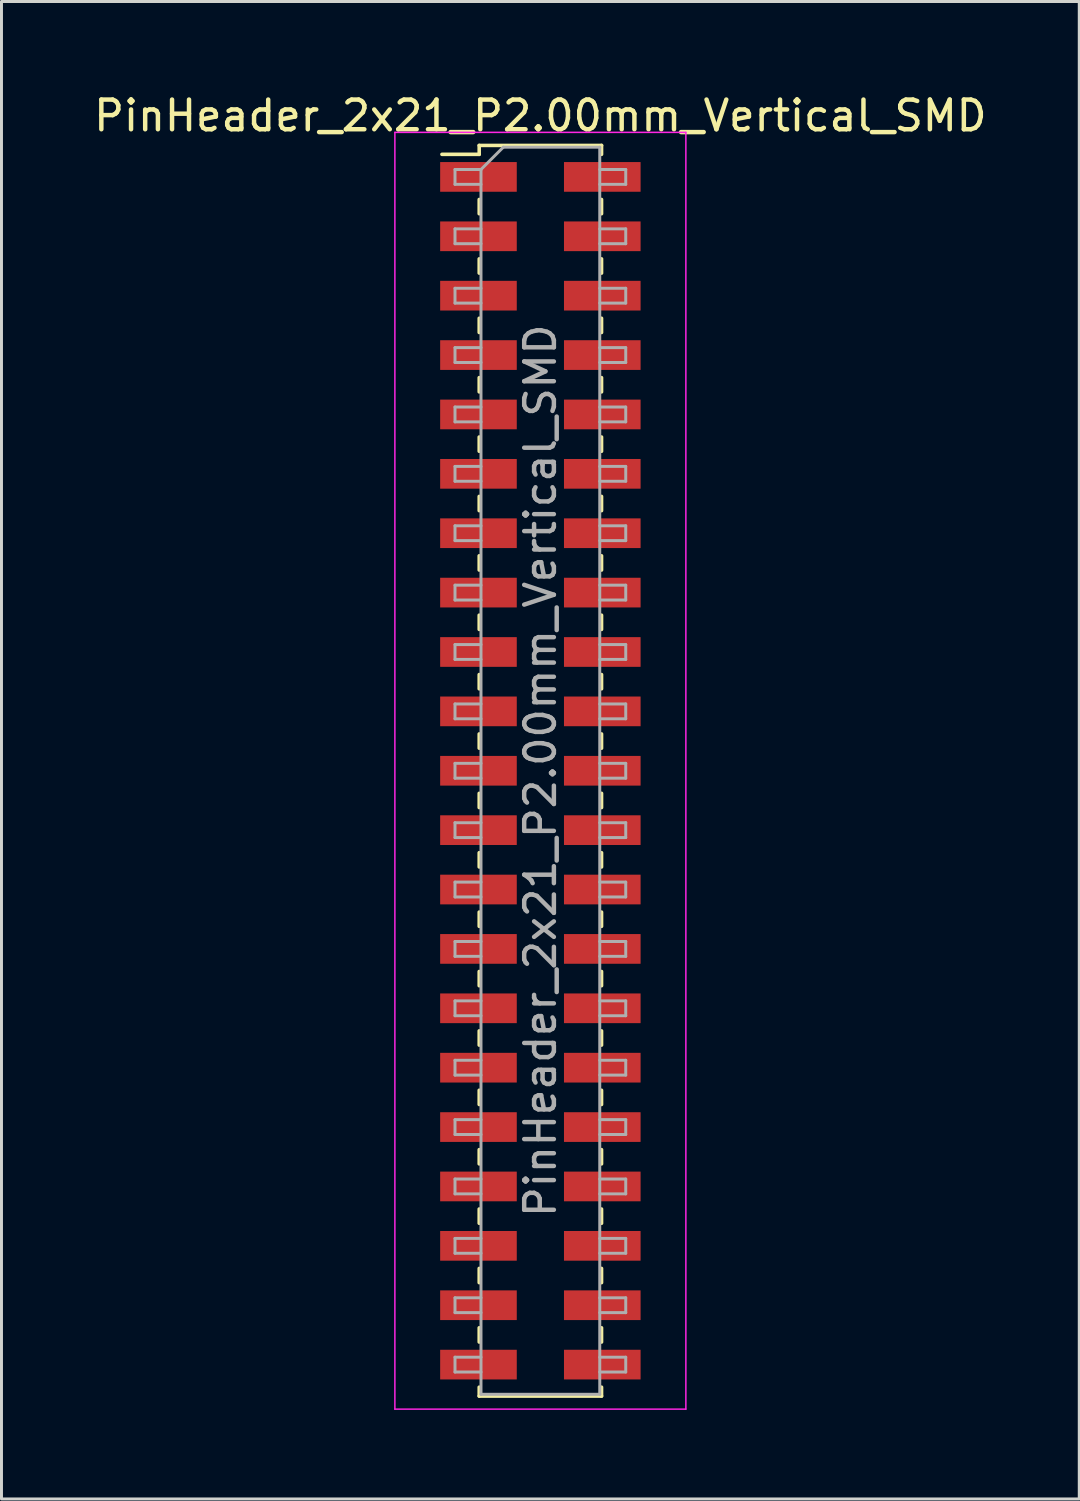
<source format=kicad_pcb>
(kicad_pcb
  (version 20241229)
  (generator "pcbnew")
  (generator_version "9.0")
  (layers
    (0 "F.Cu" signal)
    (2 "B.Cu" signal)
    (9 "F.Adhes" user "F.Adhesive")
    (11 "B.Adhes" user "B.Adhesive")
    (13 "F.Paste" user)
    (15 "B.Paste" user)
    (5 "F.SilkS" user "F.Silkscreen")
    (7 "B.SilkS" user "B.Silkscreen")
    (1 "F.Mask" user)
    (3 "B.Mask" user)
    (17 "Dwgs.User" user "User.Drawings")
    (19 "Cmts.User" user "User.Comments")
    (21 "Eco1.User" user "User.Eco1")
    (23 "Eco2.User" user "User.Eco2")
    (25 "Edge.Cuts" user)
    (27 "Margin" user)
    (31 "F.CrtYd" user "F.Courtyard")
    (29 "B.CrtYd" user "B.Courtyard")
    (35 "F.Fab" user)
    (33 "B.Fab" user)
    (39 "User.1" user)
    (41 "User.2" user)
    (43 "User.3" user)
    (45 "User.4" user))
  (footprint "PinHeader_2x21_P2.00mm_Vertical_SMD"
    (layer "F.Cu")
    (at 15.149 22.908)
    (property "Reference" "PinHeader_2x21_P2.00mm_Vertical_SMD" (at 0 -22.06 0) (layer "F.SilkS") (effects (font (size 1 1) (thickness 0.15))))
    (attr smd)
    (fp_line (start -3.315 -20.76) (end -2.06 -20.76) (stroke (width 0.12) (type solid)) (layer "F.SilkS"))
    (fp_line (start -2.06 -21.06) (end -2.06 -20.76) (stroke (width 0.12) (type solid)) (layer "F.SilkS"))
    (fp_line (start -2.06 -21.06) (end 2.06 -21.06) (stroke (width 0.12) (type solid)) (layer "F.SilkS"))
    (fp_line (start -2.06 -19.24) (end -2.06 -18.76) (stroke (width 0.12) (type solid)) (layer "F.SilkS"))
    (fp_line (start -2.06 -17.24) (end -2.06 -16.76) (stroke (width 0.12) (type solid)) (layer "F.SilkS"))
    (fp_line (start -2.06 -15.24) (end -2.06 -14.76) (stroke (width 0.12) (type solid)) (layer "F.SilkS"))
    (fp_line (start -2.06 -13.24) (end -2.06 -12.76) (stroke (width 0.12) (type solid)) (layer "F.SilkS"))
    (fp_line (start -2.06 -11.24) (end -2.06 -10.76) (stroke (width 0.12) (type solid)) (layer "F.SilkS"))
    (fp_line (start -2.06 -9.24) (end -2.06 -8.76) (stroke (width 0.12) (type solid)) (layer "F.SilkS"))
    (fp_line (start -2.06 -7.24) (end -2.06 -6.76) (stroke (width 0.12) (type solid)) (layer "F.SilkS"))
    (fp_line (start -2.06 -5.24) (end -2.06 -4.76) (stroke (width 0.12) (type solid)) (layer "F.SilkS"))
    (fp_line (start -2.06 -3.24) (end -2.06 -2.76) (stroke (width 0.12) (type solid)) (layer "F.SilkS"))
    (fp_line (start -2.06 -1.24) (end -2.06 -0.76) (stroke (width 0.12) (type solid)) (layer "F.SilkS"))
    (fp_line (start -2.06 0.76) (end -2.06 1.24) (stroke (width 0.12) (type solid)) (layer "F.SilkS"))
    (fp_line (start -2.06 2.76) (end -2.06 3.24) (stroke (width 0.12) (type solid)) (layer "F.SilkS"))
    (fp_line (start -2.06 4.76) (end -2.06 5.24) (stroke (width 0.12) (type solid)) (layer "F.SilkS"))
    (fp_line (start -2.06 6.76) (end -2.06 7.24) (stroke (width 0.12) (type solid)) (layer "F.SilkS"))
    (fp_line (start -2.06 8.76) (end -2.06 9.24) (stroke (width 0.12) (type solid)) (layer "F.SilkS"))
    (fp_line (start -2.06 10.76) (end -2.06 11.24) (stroke (width 0.12) (type solid)) (layer "F.SilkS"))
    (fp_line (start -2.06 12.76) (end -2.06 13.24) (stroke (width 0.12) (type solid)) (layer "F.SilkS"))
    (fp_line (start -2.06 14.76) (end -2.06 15.24) (stroke (width 0.12) (type solid)) (layer "F.SilkS"))
    (fp_line (start -2.06 16.76) (end -2.06 17.24) (stroke (width 0.12) (type solid)) (layer "F.SilkS"))
    (fp_line (start -2.06 18.76) (end -2.06 19.24) (stroke (width 0.12) (type solid)) (layer "F.SilkS"))
    (fp_line (start -2.06 20.76) (end -2.06 21.06) (stroke (width 0.12) (type solid)) (layer "F.SilkS"))
    (fp_line (start -2.06 21.06) (end 2.06 21.06) (stroke (width 0.12) (type solid)) (layer "F.SilkS"))
    (fp_line (start 2.06 -21.06) (end 2.06 -20.76) (stroke (width 0.12) (type solid)) (layer "F.SilkS"))
    (fp_line (start 2.06 -19.24) (end 2.06 -18.76) (stroke (width 0.12) (type solid)) (layer "F.SilkS"))
    (fp_line (start 2.06 -17.24) (end 2.06 -16.76) (stroke (width 0.12) (type solid)) (layer "F.SilkS"))
    (fp_line (start 2.06 -15.24) (end 2.06 -14.76) (stroke (width 0.12) (type solid)) (layer "F.SilkS"))
    (fp_line (start 2.06 -13.24) (end 2.06 -12.76) (stroke (width 0.12) (type solid)) (layer "F.SilkS"))
    (fp_line (start 2.06 -11.24) (end 2.06 -10.76) (stroke (width 0.12) (type solid)) (layer "F.SilkS"))
    (fp_line (start 2.06 -9.24) (end 2.06 -8.76) (stroke (width 0.12) (type solid)) (layer "F.SilkS"))
    (fp_line (start 2.06 -7.24) (end 2.06 -6.76) (stroke (width 0.12) (type solid)) (layer "F.SilkS"))
    (fp_line (start 2.06 -5.24) (end 2.06 -4.76) (stroke (width 0.12) (type solid)) (layer "F.SilkS"))
    (fp_line (start 2.06 -3.24) (end 2.06 -2.76) (stroke (width 0.12) (type solid)) (layer "F.SilkS"))
    (fp_line (start 2.06 -1.24) (end 2.06 -0.76) (stroke (width 0.12) (type solid)) (layer "F.SilkS"))
    (fp_line (start 2.06 0.76) (end 2.06 1.24) (stroke (width 0.12) (type solid)) (layer "F.SilkS"))
    (fp_line (start 2.06 2.76) (end 2.06 3.24) (stroke (width 0.12) (type solid)) (layer "F.SilkS"))
    (fp_line (start 2.06 4.76) (end 2.06 5.24) (stroke (width 0.12) (type solid)) (layer "F.SilkS"))
    (fp_line (start 2.06 6.76) (end 2.06 7.24) (stroke (width 0.12) (type solid)) (layer "F.SilkS"))
    (fp_line (start 2.06 8.76) (end 2.06 9.24) (stroke (width 0.12) (type solid)) (layer "F.SilkS"))
    (fp_line (start 2.06 10.76) (end 2.06 11.24) (stroke (width 0.12) (type solid)) (layer "F.SilkS"))
    (fp_line (start 2.06 12.76) (end 2.06 13.24) (stroke (width 0.12) (type solid)) (layer "F.SilkS"))
    (fp_line (start 2.06 14.76) (end 2.06 15.24) (stroke (width 0.12) (type solid)) (layer "F.SilkS"))
    (fp_line (start 2.06 16.76) (end 2.06 17.24) (stroke (width 0.12) (type solid)) (layer "F.SilkS"))
    (fp_line (start 2.06 18.76) (end 2.06 19.24) (stroke (width 0.12) (type solid)) (layer "F.SilkS"))
    (fp_line (start 2.06 20.76) (end 2.06 21.06) (stroke (width 0.12) (type solid)) (layer "F.SilkS"))
    (fp_line (start -4.9 -21.5) (end -4.9 21.5) (stroke (width 0.05) (type solid)) (layer "F.CrtYd"))
    (fp_line (start -4.9 21.5) (end 4.9 21.5) (stroke (width 0.05) (type solid)) (layer "F.CrtYd"))
    (fp_line (start 4.9 -21.5) (end -4.9 -21.5) (stroke (width 0.05) (type solid)) (layer "F.CrtYd"))
    (fp_line (start 4.9 21.5) (end 4.9 -21.5) (stroke (width 0.05) (type solid)) (layer "F.CrtYd"))
    (fp_line (start -2.875 -20.25) (end -2.875 -19.75) (stroke (width 0.1) (type solid)) (layer "F.Fab"))
    (fp_line (start -2.875 -19.75) (end -2 -19.75) (stroke (width 0.1) (type solid)) (layer "F.Fab"))
    (fp_line (start -2.875 -18.25) (end -2.875 -17.75) (stroke (width 0.1) (type solid)) (layer "F.Fab"))
    (fp_line (start -2.875 -17.75) (end -2 -17.75) (stroke (width 0.1) (type solid)) (layer "F.Fab"))
    (fp_line (start -2.875 -16.25) (end -2.875 -15.75) (stroke (width 0.1) (type solid)) (layer "F.Fab"))
    (fp_line (start -2.875 -15.75) (end -2 -15.75) (stroke (width 0.1) (type solid)) (layer "F.Fab"))
    (fp_line (start -2.875 -14.25) (end -2.875 -13.75) (stroke (width 0.1) (type solid)) (layer "F.Fab"))
    (fp_line (start -2.875 -13.75) (end -2 -13.75) (stroke (width 0.1) (type solid)) (layer "F.Fab"))
    (fp_line (start -2.875 -12.25) (end -2.875 -11.75) (stroke (width 0.1) (type solid)) (layer "F.Fab"))
    (fp_line (start -2.875 -11.75) (end -2 -11.75) (stroke (width 0.1) (type solid)) (layer "F.Fab"))
    (fp_line (start -2.875 -10.25) (end -2.875 -9.75) (stroke (width 0.1) (type solid)) (layer "F.Fab"))
    (fp_line (start -2.875 -9.75) (end -2 -9.75) (stroke (width 0.1) (type solid)) (layer "F.Fab"))
    (fp_line (start -2.875 -8.25) (end -2.875 -7.75) (stroke (width 0.1) (type solid)) (layer "F.Fab"))
    (fp_line (start -2.875 -7.75) (end -2 -7.75) (stroke (width 0.1) (type solid)) (layer "F.Fab"))
    (fp_line (start -2.875 -6.25) (end -2.875 -5.75) (stroke (width 0.1) (type solid)) (layer "F.Fab"))
    (fp_line (start -2.875 -5.75) (end -2 -5.75) (stroke (width 0.1) (type solid)) (layer "F.Fab"))
    (fp_line (start -2.875 -4.25) (end -2.875 -3.75) (stroke (width 0.1) (type solid)) (layer "F.Fab"))
    (fp_line (start -2.875 -3.75) (end -2 -3.75) (stroke (width 0.1) (type solid)) (layer "F.Fab"))
    (fp_line (start -2.875 -2.25) (end -2.875 -1.75) (stroke (width 0.1) (type solid)) (layer "F.Fab"))
    (fp_line (start -2.875 -1.75) (end -2 -1.75) (stroke (width 0.1) (type solid)) (layer "F.Fab"))
    (fp_line (start -2.875 -0.25) (end -2.875 0.25) (stroke (width 0.1) (type solid)) (layer "F.Fab"))
    (fp_line (start -2.875 0.25) (end -2 0.25) (stroke (width 0.1) (type solid)) (layer "F.Fab"))
    (fp_line (start -2.875 1.75) (end -2.875 2.25) (stroke (width 0.1) (type solid)) (layer "F.Fab"))
    (fp_line (start -2.875 2.25) (end -2 2.25) (stroke (width 0.1) (type solid)) (layer "F.Fab"))
    (fp_line (start -2.875 3.75) (end -2.875 4.25) (stroke (width 0.1) (type solid)) (layer "F.Fab"))
    (fp_line (start -2.875 4.25) (end -2 4.25) (stroke (width 0.1) (type solid)) (layer "F.Fab"))
    (fp_line (start -2.875 5.75) (end -2.875 6.25) (stroke (width 0.1) (type solid)) (layer "F.Fab"))
    (fp_line (start -2.875 6.25) (end -2 6.25) (stroke (width 0.1) (type solid)) (layer "F.Fab"))
    (fp_line (start -2.875 7.75) (end -2.875 8.25) (stroke (width 0.1) (type solid)) (layer "F.Fab"))
    (fp_line (start -2.875 8.25) (end -2 8.25) (stroke (width 0.1) (type solid)) (layer "F.Fab"))
    (fp_line (start -2.875 9.75) (end -2.875 10.25) (stroke (width 0.1) (type solid)) (layer "F.Fab"))
    (fp_line (start -2.875 10.25) (end -2 10.25) (stroke (width 0.1) (type solid)) (layer "F.Fab"))
    (fp_line (start -2.875 11.75) (end -2.875 12.25) (stroke (width 0.1) (type solid)) (layer "F.Fab"))
    (fp_line (start -2.875 12.25) (end -2 12.25) (stroke (width 0.1) (type solid)) (layer "F.Fab"))
    (fp_line (start -2.875 13.75) (end -2.875 14.25) (stroke (width 0.1) (type solid)) (layer "F.Fab"))
    (fp_line (start -2.875 14.25) (end -2 14.25) (stroke (width 0.1) (type solid)) (layer "F.Fab"))
    (fp_line (start -2.875 15.75) (end -2.875 16.25) (stroke (width 0.1) (type solid)) (layer "F.Fab"))
    (fp_line (start -2.875 16.25) (end -2 16.25) (stroke (width 0.1) (type solid)) (layer "F.Fab"))
    (fp_line (start -2.875 17.75) (end -2.875 18.25) (stroke (width 0.1) (type solid)) (layer "F.Fab"))
    (fp_line (start -2.875 18.25) (end -2 18.25) (stroke (width 0.1) (type solid)) (layer "F.Fab"))
    (fp_line (start -2.875 19.75) (end -2.875 20.25) (stroke (width 0.1) (type solid)) (layer "F.Fab"))
    (fp_line (start -2.875 20.25) (end -2 20.25) (stroke (width 0.1) (type solid)) (layer "F.Fab"))
    (fp_line (start -2 -20.25) (end -2.875 -20.25) (stroke (width 0.1) (type solid)) (layer "F.Fab"))
    (fp_line (start -2 -20.25) (end -1.25 -21) (stroke (width 0.1) (type solid)) (layer "F.Fab"))
    (fp_line (start -2 -18.25) (end -2.875 -18.25) (stroke (width 0.1) (type solid)) (layer "F.Fab"))
    (fp_line (start -2 -16.25) (end -2.875 -16.25) (stroke (width 0.1) (type solid)) (layer "F.Fab"))
    (fp_line (start -2 -14.25) (end -2.875 -14.25) (stroke (width 0.1) (type solid)) (layer "F.Fab"))
    (fp_line (start -2 -12.25) (end -2.875 -12.25) (stroke (width 0.1) (type solid)) (layer "F.Fab"))
    (fp_line (start -2 -10.25) (end -2.875 -10.25) (stroke (width 0.1) (type solid)) (layer "F.Fab"))
    (fp_line (start -2 -8.25) (end -2.875 -8.25) (stroke (width 0.1) (type solid)) (layer "F.Fab"))
    (fp_line (start -2 -6.25) (end -2.875 -6.25) (stroke (width 0.1) (type solid)) (layer "F.Fab"))
    (fp_line (start -2 -4.25) (end -2.875 -4.25) (stroke (width 0.1) (type solid)) (layer "F.Fab"))
    (fp_line (start -2 -2.25) (end -2.875 -2.25) (stroke (width 0.1) (type solid)) (layer "F.Fab"))
    (fp_line (start -2 -0.25) (end -2.875 -0.25) (stroke (width 0.1) (type solid)) (layer "F.Fab"))
    (fp_line (start -2 1.75) (end -2.875 1.75) (stroke (width 0.1) (type solid)) (layer "F.Fab"))
    (fp_line (start -2 3.75) (end -2.875 3.75) (stroke (width 0.1) (type solid)) (layer "F.Fab"))
    (fp_line (start -2 5.75) (end -2.875 5.75) (stroke (width 0.1) (type solid)) (layer "F.Fab"))
    (fp_line (start -2 7.75) (end -2.875 7.75) (stroke (width 0.1) (type solid)) (layer "F.Fab"))
    (fp_line (start -2 9.75) (end -2.875 9.75) (stroke (width 0.1) (type solid)) (layer "F.Fab"))
    (fp_line (start -2 11.75) (end -2.875 11.75) (stroke (width 0.1) (type solid)) (layer "F.Fab"))
    (fp_line (start -2 13.75) (end -2.875 13.75) (stroke (width 0.1) (type solid)) (layer "F.Fab"))
    (fp_line (start -2 15.75) (end -2.875 15.75) (stroke (width 0.1) (type solid)) (layer "F.Fab"))
    (fp_line (start -2 17.75) (end -2.875 17.75) (stroke (width 0.1) (type solid)) (layer "F.Fab"))
    (fp_line (start -2 19.75) (end -2.875 19.75) (stroke (width 0.1) (type solid)) (layer "F.Fab"))
    (fp_line (start -2 21) (end -2 -20.25) (stroke (width 0.1) (type solid)) (layer "F.Fab"))
    (fp_line (start -1.25 -21) (end 2 -21) (stroke (width 0.1) (type solid)) (layer "F.Fab"))
    (fp_line (start 2 -21) (end 2 21) (stroke (width 0.1) (type solid)) (layer "F.Fab"))
    (fp_line (start 2 -20.25) (end 2.875 -20.25) (stroke (width 0.1) (type solid)) (layer "F.Fab"))
    (fp_line (start 2 -18.25) (end 2.875 -18.25) (stroke (width 0.1) (type solid)) (layer "F.Fab"))
    (fp_line (start 2 -16.25) (end 2.875 -16.25) (stroke (width 0.1) (type solid)) (layer "F.Fab"))
    (fp_line (start 2 -14.25) (end 2.875 -14.25) (stroke (width 0.1) (type solid)) (layer "F.Fab"))
    (fp_line (start 2 -12.25) (end 2.875 -12.25) (stroke (width 0.1) (type solid)) (layer "F.Fab"))
    (fp_line (start 2 -10.25) (end 2.875 -10.25) (stroke (width 0.1) (type solid)) (layer "F.Fab"))
    (fp_line (start 2 -8.25) (end 2.875 -8.25) (stroke (width 0.1) (type solid)) (layer "F.Fab"))
    (fp_line (start 2 -6.25) (end 2.875 -6.25) (stroke (width 0.1) (type solid)) (layer "F.Fab"))
    (fp_line (start 2 -4.25) (end 2.875 -4.25) (stroke (width 0.1) (type solid)) (layer "F.Fab"))
    (fp_line (start 2 -2.25) (end 2.875 -2.25) (stroke (width 0.1) (type solid)) (layer "F.Fab"))
    (fp_line (start 2 -0.25) (end 2.875 -0.25) (stroke (width 0.1) (type solid)) (layer "F.Fab"))
    (fp_line (start 2 1.75) (end 2.875 1.75) (stroke (width 0.1) (type solid)) (layer "F.Fab"))
    (fp_line (start 2 3.75) (end 2.875 3.75) (stroke (width 0.1) (type solid)) (layer "F.Fab"))
    (fp_line (start 2 5.75) (end 2.875 5.75) (stroke (width 0.1) (type solid)) (layer "F.Fab"))
    (fp_line (start 2 7.75) (end 2.875 7.75) (stroke (width 0.1) (type solid)) (layer "F.Fab"))
    (fp_line (start 2 9.75) (end 2.875 9.75) (stroke (width 0.1) (type solid)) (layer "F.Fab"))
    (fp_line (start 2 11.75) (end 2.875 11.75) (stroke (width 0.1) (type solid)) (layer "F.Fab"))
    (fp_line (start 2 13.75) (end 2.875 13.75) (stroke (width 0.1) (type solid)) (layer "F.Fab"))
    (fp_line (start 2 15.75) (end 2.875 15.75) (stroke (width 0.1) (type solid)) (layer "F.Fab"))
    (fp_line (start 2 17.75) (end 2.875 17.75) (stroke (width 0.1) (type solid)) (layer "F.Fab"))
    (fp_line (start 2 19.75) (end 2.875 19.75) (stroke (width 0.1) (type solid)) (layer "F.Fab"))
    (fp_line (start 2 21) (end -2 21) (stroke (width 0.1) (type solid)) (layer "F.Fab"))
    (fp_line (start 2.875 -20.25) (end 2.875 -19.75) (stroke (width 0.1) (type solid)) (layer "F.Fab"))
    (fp_line (start 2.875 -19.75) (end 2 -19.75) (stroke (width 0.1) (type solid)) (layer "F.Fab"))
    (fp_line (start 2.875 -18.25) (end 2.875 -17.75) (stroke (width 0.1) (type solid)) (layer "F.Fab"))
    (fp_line (start 2.875 -17.75) (end 2 -17.75) (stroke (width 0.1) (type solid)) (layer "F.Fab"))
    (fp_line (start 2.875 -16.25) (end 2.875 -15.75) (stroke (width 0.1) (type solid)) (layer "F.Fab"))
    (fp_line (start 2.875 -15.75) (end 2 -15.75) (stroke (width 0.1) (type solid)) (layer "F.Fab"))
    (fp_line (start 2.875 -14.25) (end 2.875 -13.75) (stroke (width 0.1) (type solid)) (layer "F.Fab"))
    (fp_line (start 2.875 -13.75) (end 2 -13.75) (stroke (width 0.1) (type solid)) (layer "F.Fab"))
    (fp_line (start 2.875 -12.25) (end 2.875 -11.75) (stroke (width 0.1) (type solid)) (layer "F.Fab"))
    (fp_line (start 2.875 -11.75) (end 2 -11.75) (stroke (width 0.1) (type solid)) (layer "F.Fab"))
    (fp_line (start 2.875 -10.25) (end 2.875 -9.75) (stroke (width 0.1) (type solid)) (layer "F.Fab"))
    (fp_line (start 2.875 -9.75) (end 2 -9.75) (stroke (width 0.1) (type solid)) (layer "F.Fab"))
    (fp_line (start 2.875 -8.25) (end 2.875 -7.75) (stroke (width 0.1) (type solid)) (layer "F.Fab"))
    (fp_line (start 2.875 -7.75) (end 2 -7.75) (stroke (width 0.1) (type solid)) (layer "F.Fab"))
    (fp_line (start 2.875 -6.25) (end 2.875 -5.75) (stroke (width 0.1) (type solid)) (layer "F.Fab"))
    (fp_line (start 2.875 -5.75) (end 2 -5.75) (stroke (width 0.1) (type solid)) (layer "F.Fab"))
    (fp_line (start 2.875 -4.25) (end 2.875 -3.75) (stroke (width 0.1) (type solid)) (layer "F.Fab"))
    (fp_line (start 2.875 -3.75) (end 2 -3.75) (stroke (width 0.1) (type solid)) (layer "F.Fab"))
    (fp_line (start 2.875 -2.25) (end 2.875 -1.75) (stroke (width 0.1) (type solid)) (layer "F.Fab"))
    (fp_line (start 2.875 -1.75) (end 2 -1.75) (stroke (width 0.1) (type solid)) (layer "F.Fab"))
    (fp_line (start 2.875 -0.25) (end 2.875 0.25) (stroke (width 0.1) (type solid)) (layer "F.Fab"))
    (fp_line (start 2.875 0.25) (end 2 0.25) (stroke (width 0.1) (type solid)) (layer "F.Fab"))
    (fp_line (start 2.875 1.75) (end 2.875 2.25) (stroke (width 0.1) (type solid)) (layer "F.Fab"))
    (fp_line (start 2.875 2.25) (end 2 2.25) (stroke (width 0.1) (type solid)) (layer "F.Fab"))
    (fp_line (start 2.875 3.75) (end 2.875 4.25) (stroke (width 0.1) (type solid)) (layer "F.Fab"))
    (fp_line (start 2.875 4.25) (end 2 4.25) (stroke (width 0.1) (type solid)) (layer "F.Fab"))
    (fp_line (start 2.875 5.75) (end 2.875 6.25) (stroke (width 0.1) (type solid)) (layer "F.Fab"))
    (fp_line (start 2.875 6.25) (end 2 6.25) (stroke (width 0.1) (type solid)) (layer "F.Fab"))
    (fp_line (start 2.875 7.75) (end 2.875 8.25) (stroke (width 0.1) (type solid)) (layer "F.Fab"))
    (fp_line (start 2.875 8.25) (end 2 8.25) (stroke (width 0.1) (type solid)) (layer "F.Fab"))
    (fp_line (start 2.875 9.75) (end 2.875 10.25) (stroke (width 0.1) (type solid)) (layer "F.Fab"))
    (fp_line (start 2.875 10.25) (end 2 10.25) (stroke (width 0.1) (type solid)) (layer "F.Fab"))
    (fp_line (start 2.875 11.75) (end 2.875 12.25) (stroke (width 0.1) (type solid)) (layer "F.Fab"))
    (fp_line (start 2.875 12.25) (end 2 12.25) (stroke (width 0.1) (type solid)) (layer "F.Fab"))
    (fp_line (start 2.875 13.75) (end 2.875 14.25) (stroke (width 0.1) (type solid)) (layer "F.Fab"))
    (fp_line (start 2.875 14.25) (end 2 14.25) (stroke (width 0.1) (type solid)) (layer "F.Fab"))
    (fp_line (start 2.875 15.75) (end 2.875 16.25) (stroke (width 0.1) (type solid)) (layer "F.Fab"))
    (fp_line (start 2.875 16.25) (end 2 16.25) (stroke (width 0.1) (type solid)) (layer "F.Fab"))
    (fp_line (start 2.875 17.75) (end 2.875 18.25) (stroke (width 0.1) (type solid)) (layer "F.Fab"))
    (fp_line (start 2.875 18.25) (end 2 18.25) (stroke (width 0.1) (type solid)) (layer "F.Fab"))
    (fp_line (start 2.875 19.75) (end 2.875 20.25) (stroke (width 0.1) (type solid)) (layer "F.Fab"))
    (fp_line (start 2.875 20.25) (end 2 20.25) (stroke (width 0.1) (type solid)) (layer "F.Fab"))
    (fp_text user "${REFERENCE}" (at 0 0 90) (layer "F.Fab") (effects (font (size 1 1) (thickness 0.15))))
    (pad "1" smd rect (at -2.085 -20) (size 2.58 1) (layers "F.Cu" "F.Mask" "F.Paste"))
    (pad "2" smd rect (at 2.085 -20) (size 2.58 1) (layers "F.Cu" "F.Mask" "F.Paste"))
    (pad "3" smd rect (at -2.085 -18) (size 2.58 1) (layers "F.Cu" "F.Mask" "F.Paste"))
    (pad "4" smd rect (at 2.085 -18) (size 2.58 1) (layers "F.Cu" "F.Mask" "F.Paste"))
    (pad "5" smd rect (at -2.085 -16) (size 2.58 1) (layers "F.Cu" "F.Mask" "F.Paste"))
    (pad "6" smd rect (at 2.085 -16) (size 2.58 1) (layers "F.Cu" "F.Mask" "F.Paste"))
    (pad "7" smd rect (at -2.085 -14) (size 2.58 1) (layers "F.Cu" "F.Mask" "F.Paste"))
    (pad "8" smd rect (at 2.085 -14) (size 2.58 1) (layers "F.Cu" "F.Mask" "F.Paste"))
    (pad "9" smd rect (at -2.085 -12) (size 2.58 1) (layers "F.Cu" "F.Mask" "F.Paste"))
    (pad "10" smd rect (at 2.085 -12) (size 2.58 1) (layers "F.Cu" "F.Mask" "F.Paste"))
    (pad "11" smd rect (at -2.085 -10) (size 2.58 1) (layers "F.Cu" "F.Mask" "F.Paste"))
    (pad "12" smd rect (at 2.085 -10) (size 2.58 1) (layers "F.Cu" "F.Mask" "F.Paste"))
    (pad "13" smd rect (at -2.085 -8) (size 2.58 1) (layers "F.Cu" "F.Mask" "F.Paste"))
    (pad "14" smd rect (at 2.085 -8) (size 2.58 1) (layers "F.Cu" "F.Mask" "F.Paste"))
    (pad "15" smd rect (at -2.085 -6) (size 2.58 1) (layers "F.Cu" "F.Mask" "F.Paste"))
    (pad "16" smd rect (at 2.085 -6) (size 2.58 1) (layers "F.Cu" "F.Mask" "F.Paste"))
    (pad "17" smd rect (at -2.085 -4) (size 2.58 1) (layers "F.Cu" "F.Mask" "F.Paste"))
    (pad "18" smd rect (at 2.085 -4) (size 2.58 1) (layers "F.Cu" "F.Mask" "F.Paste"))
    (pad "19" smd rect (at -2.085 -2) (size 2.58 1) (layers "F.Cu" "F.Mask" "F.Paste"))
    (pad "20" smd rect (at 2.085 -2) (size 2.58 1) (layers "F.Cu" "F.Mask" "F.Paste"))
    (pad "21" smd rect (at -2.085 0) (size 2.58 1) (layers "F.Cu" "F.Mask" "F.Paste"))
    (pad "22" smd rect (at 2.085 0) (size 2.58 1) (layers "F.Cu" "F.Mask" "F.Paste"))
    (pad "23" smd rect (at -2.085 2) (size 2.58 1) (layers "F.Cu" "F.Mask" "F.Paste"))
    (pad "24" smd rect (at 2.085 2) (size 2.58 1) (layers "F.Cu" "F.Mask" "F.Paste"))
    (pad "25" smd rect (at -2.085 4) (size 2.58 1) (layers "F.Cu" "F.Mask" "F.Paste"))
    (pad "26" smd rect (at 2.085 4) (size 2.58 1) (layers "F.Cu" "F.Mask" "F.Paste"))
    (pad "27" smd rect (at -2.085 6) (size 2.58 1) (layers "F.Cu" "F.Mask" "F.Paste"))
    (pad "28" smd rect (at 2.085 6) (size 2.58 1) (layers "F.Cu" "F.Mask" "F.Paste"))
    (pad "29" smd rect (at -2.085 8) (size 2.58 1) (layers "F.Cu" "F.Mask" "F.Paste"))
    (pad "30" smd rect (at 2.085 8) (size 2.58 1) (layers "F.Cu" "F.Mask" "F.Paste"))
    (pad "31" smd rect (at -2.085 10) (size 2.58 1) (layers "F.Cu" "F.Mask" "F.Paste"))
    (pad "32" smd rect (at 2.085 10) (size 2.58 1) (layers "F.Cu" "F.Mask" "F.Paste"))
    (pad "33" smd rect (at -2.085 12) (size 2.58 1) (layers "F.Cu" "F.Mask" "F.Paste"))
    (pad "34" smd rect (at 2.085 12) (size 2.58 1) (layers "F.Cu" "F.Mask" "F.Paste"))
    (pad "35" smd rect (at -2.085 14) (size 2.58 1) (layers "F.Cu" "F.Mask" "F.Paste"))
    (pad "36" smd rect (at 2.085 14) (size 2.58 1) (layers "F.Cu" "F.Mask" "F.Paste"))
    (pad "37" smd rect (at -2.085 16) (size 2.58 1) (layers "F.Cu" "F.Mask" "F.Paste"))
    (pad "38" smd rect (at 2.085 16) (size 2.58 1) (layers "F.Cu" "F.Mask" "F.Paste"))
    (pad "39" smd rect (at -2.085 18) (size 2.58 1) (layers "F.Cu" "F.Mask" "F.Paste"))
    (pad "40" smd rect (at 2.085 18) (size 2.58 1) (layers "F.Cu" "F.Mask" "F.Paste"))
    (pad "41" smd rect (at -2.085 20) (size 2.58 1) (layers "F.Cu" "F.Mask" "F.Paste"))
    (pad "42" smd rect (at 2.085 20) (size 2.58 1) (layers "F.Cu" "F.Mask" "F.Paste")))
  (gr_rect
    (start -3 -3)
    (end 33.298 47.433)
    (stroke (width 0.1) (type default))
    (fill no)
    (layer "Edge.Cuts")))
</source>
